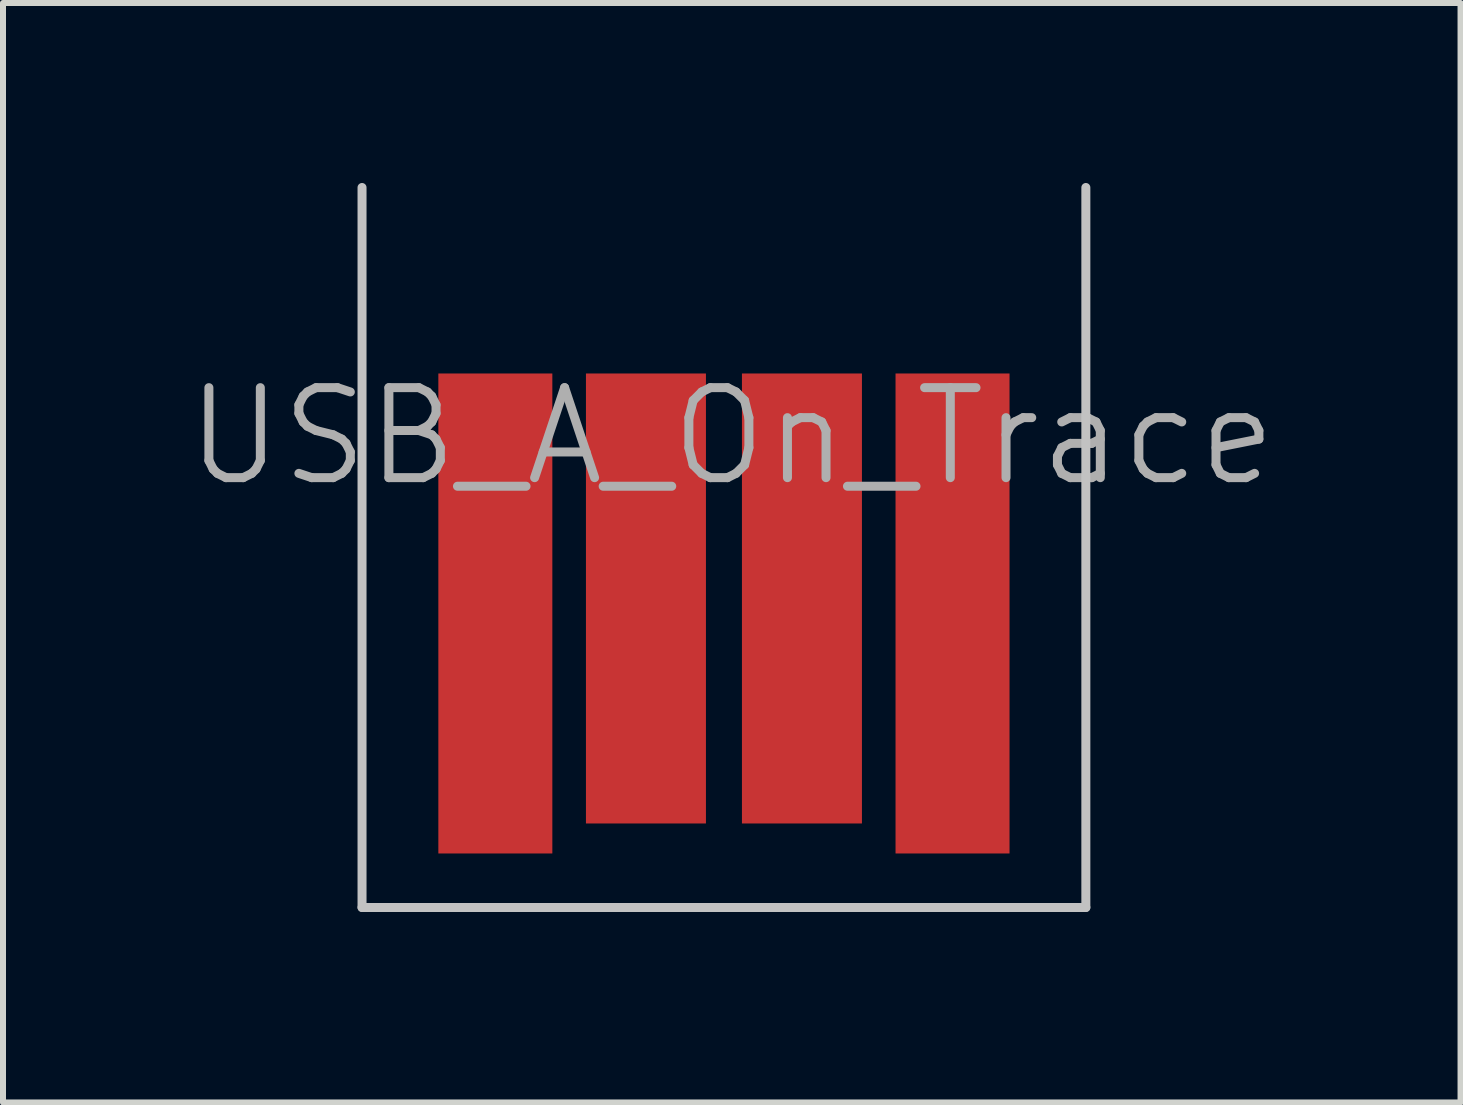
<source format=kicad_pcb>
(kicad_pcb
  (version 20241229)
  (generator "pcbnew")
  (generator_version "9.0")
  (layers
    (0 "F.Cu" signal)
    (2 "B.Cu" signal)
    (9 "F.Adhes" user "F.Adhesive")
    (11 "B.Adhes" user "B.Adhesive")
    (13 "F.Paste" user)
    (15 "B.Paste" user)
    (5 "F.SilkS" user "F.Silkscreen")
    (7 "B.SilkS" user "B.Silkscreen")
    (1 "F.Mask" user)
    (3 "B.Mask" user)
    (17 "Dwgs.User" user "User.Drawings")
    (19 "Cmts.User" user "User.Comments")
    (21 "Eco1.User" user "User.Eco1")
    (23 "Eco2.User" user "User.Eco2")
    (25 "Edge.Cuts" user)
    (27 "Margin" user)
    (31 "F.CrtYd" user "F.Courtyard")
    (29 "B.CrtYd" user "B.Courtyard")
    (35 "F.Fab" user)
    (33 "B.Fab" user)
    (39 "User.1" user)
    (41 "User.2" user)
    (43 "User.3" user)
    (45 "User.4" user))
  (footprint "USB_A_On_Trace"
    (layer "F.Cu")
    (at 9.016 12.075)
    (property "Reference" "USB_A_On_Trace" (at 0.13 -7.85 0) (layer "F.Fab") (effects (font (size 1.5 1.5) (thickness 0.15))))
    (attr exclude_from_pos_files exclude_from_bom)
    (fp_line (start -6.032 0) (end -6.032 -12) (stroke (width 0.15) (type solid)) (layer "Dwgs.User"))
    (fp_line (start 6.032 0) (end -6.032 0) (stroke (width 0.15) (type solid)) (layer "Dwgs.User"))
    (fp_line (start 6.032 0) (end 6.032 -12) (stroke (width 0.15) (type solid)) (layer "Dwgs.User"))
    (pad "1" connect rect (at 3.81 -4.9) (size 1.9 8) (layers "F.Cu" "F.Mask"))
    (pad "2" connect rect (at 1.3 -5.15) (size 2 7.5) (layers "F.Cu" "F.Mask"))
    (pad "3" connect rect (at -1.3 -5.15) (size 2 7.5) (layers "F.Cu" "F.Mask"))
    (pad "4" connect rect (at -3.81 -4.9) (size 1.9 8) (layers "F.Cu" "F.Mask")))
  (gr_rect
    (start -3 -3)
    (end 21.293 15.325)
    (stroke (width 0.1) (type default))
    (fill no)
    (layer "Edge.Cuts")))
</source>
